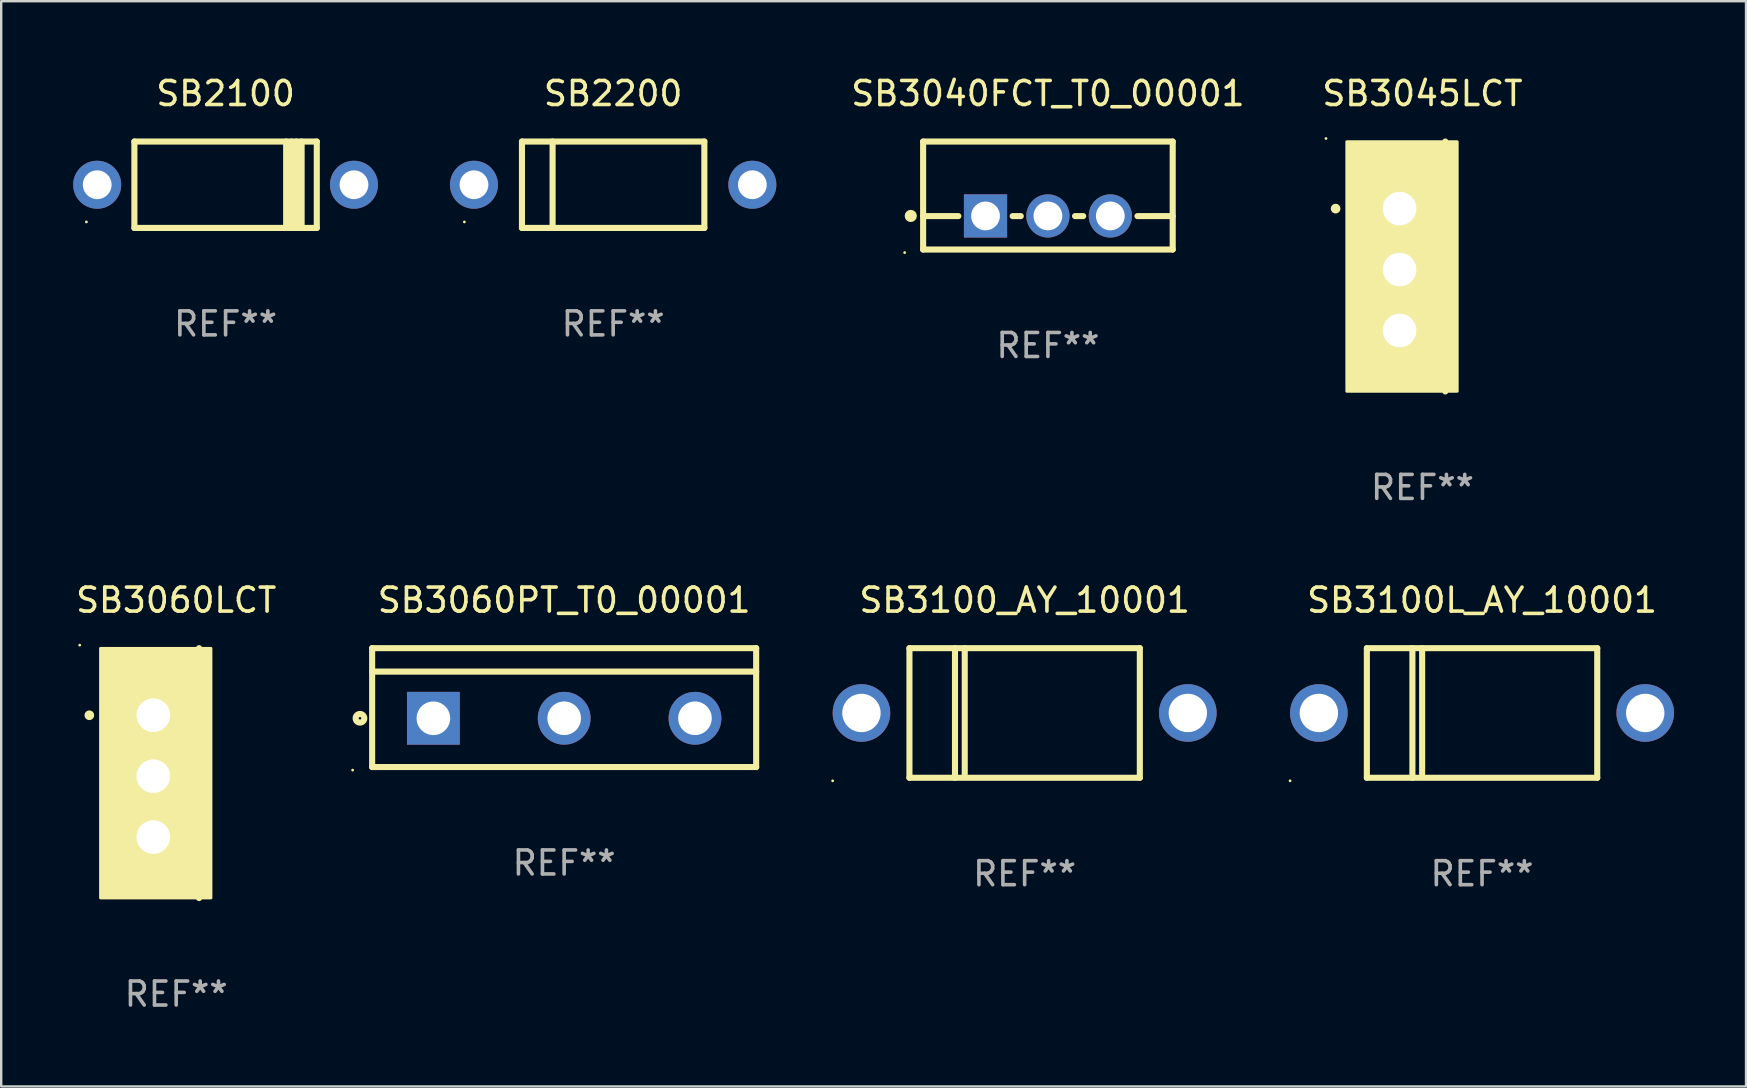
<source format=kicad_pcb>
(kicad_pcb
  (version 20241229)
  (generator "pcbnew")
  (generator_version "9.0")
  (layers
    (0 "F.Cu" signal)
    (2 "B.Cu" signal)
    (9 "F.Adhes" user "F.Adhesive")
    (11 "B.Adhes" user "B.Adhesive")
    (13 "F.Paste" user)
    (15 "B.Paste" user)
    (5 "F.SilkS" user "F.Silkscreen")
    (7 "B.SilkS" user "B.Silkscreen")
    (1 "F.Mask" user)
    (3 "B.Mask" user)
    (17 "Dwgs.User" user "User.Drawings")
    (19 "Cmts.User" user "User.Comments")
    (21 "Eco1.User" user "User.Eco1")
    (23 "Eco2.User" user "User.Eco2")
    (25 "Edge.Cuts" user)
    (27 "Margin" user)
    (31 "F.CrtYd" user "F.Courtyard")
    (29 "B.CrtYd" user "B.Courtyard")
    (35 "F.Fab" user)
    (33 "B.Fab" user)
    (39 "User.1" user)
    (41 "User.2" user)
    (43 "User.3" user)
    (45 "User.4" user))
  (footprint "SB3060PT_T0_00001"
    (layer "F.Cu")
    (at 20.458 26.435)
    (property "Reference" "SB3060PT_T0_00001" (at 0 -4.477 0) (layer "F.SilkS") (effects (font (size 1 1) (thickness 0.15))))
    (attr through_hole)
    (fp_line (start -8.001 -2.477) (end 8.001 -2.477) (stroke (width 0.254) (type solid)) (layer "F.SilkS"))
    (fp_line (start -8.001 2.477) (end -8.001 -2.477) (stroke (width 0.254) (type solid)) (layer "F.SilkS"))
    (fp_line (start -7.999 -1.5) (end 8.001 -1.5) (stroke (width 0.254) (type solid)) (layer "F.SilkS"))
    (fp_line (start 8.001 -2.477) (end 8.001 2.477) (stroke (width 0.254) (type solid)) (layer "F.SilkS"))
    (fp_line (start 8.001 2.477) (end -8.001 2.477) (stroke (width 0.254) (type solid)) (layer "F.SilkS"))
    (fp_circle (center -8.814 2.604) (end -8.784 2.604) (stroke (width 0.06) (type solid)) (fill no) (layer "F.SilkS"))
    (fp_circle (center -8.508 0.445) (end -8.328 0.445) (stroke (width 0.254) (type solid)) (fill no) (layer "F.SilkS"))
    (fp_text user "REF**" (at 0 6.477 0) (layer "F.Fab") (effects (font (size 1 1) (thickness 0.15))))
    (pad "1" thru_hole rect (at -5.449 0.445) (size 2.2 2.2) (drill 1.4) (layers "*.Cu" "*.Mask"))
    (pad "2" thru_hole circle (at 0.001 0.445) (size 2.2 2.2) (drill 1.4) (layers "*.Cu" "*.Mask"))
    (pad "3" thru_hole circle (at 5.451 0.445) (size 2.2 2.2) (drill 1.4) (layers "*.Cu" "*.Mask")))
  (footprint "SB2200"
    (layer "F.Cu")
    (at 22.5 4.648)
    (property "Reference" "SB2200" (at 0 -3.8 0) (layer "F.SilkS") (effects (font (size 1 1) (thickness 0.15))))
    (attr through_hole)
    (fp_line (start -3.8 -1.8) (end -3.8 1.8) (stroke (width 0.254) (type solid)) (layer "F.SilkS"))
    (fp_line (start -3.8 -1.8) (end 3.8 -1.8) (stroke (width 0.254) (type solid)) (layer "F.SilkS"))
    (fp_line (start -3.8 1.8) (end 3.8 1.8) (stroke (width 0.254) (type solid)) (layer "F.SilkS"))
    (fp_line (start -2.524 -1.8) (end -2.524 1.8) (stroke (width 0.254) (type solid)) (layer "F.SilkS"))
    (fp_line (start 3.8 -1.8) (end 3.8 1.8) (stroke (width 0.254) (type solid)) (layer "F.SilkS"))
    (fp_circle (center -6.2 1.55) (end -6.17 1.55) (stroke (width 0.06) (type solid)) (fill no) (layer "F.SilkS"))
    (fp_text user "REF**" (at 0 5.8 0) (layer "F.Fab") (effects (font (size 1 1) (thickness 0.15))))
    (pad "1" thru_hole circle (at -5.8 0) (size 2 2) (drill 1.2) (layers "*.Cu" "*.Mask"))
    (pad "2" thru_hole circle (at 5.8 0) (size 2 2) (drill 1.2) (layers "*.Cu" "*.Mask")))
  (footprint "SB3040FCT_T0_00001"
    (layer "F.Cu")
    (at 40.616 5.098)
    (property "Reference" "SB3040FCT_T0_00001" (at 0 -4.25 0) (layer "F.SilkS") (effects (font (size 1 1) (thickness 0.15))))
    (attr through_hole)
    (fp_line (start -5.2 -2.25) (end -5.2 2.25) (stroke (width 0.254) (type solid)) (layer "F.SilkS"))
    (fp_line (start -5.2 -2.25) (end 5.2 -2.25) (stroke (width 0.254) (type solid)) (layer "F.SilkS"))
    (fp_line (start -5.2 0.857) (end -3.731 0.857) (stroke (width 0.254) (type solid)) (layer "F.SilkS"))
    (fp_line (start -5.2 2.25) (end 5.2 2.25) (stroke (width 0.254) (type solid)) (layer "F.SilkS"))
    (fp_line (start -1.469 0.857) (end -1.131 0.857) (stroke (width 0.254) (type solid)) (layer "F.SilkS"))
    (fp_line (start 1.131 0.857) (end 1.469 0.857) (stroke (width 0.254) (type solid)) (layer "F.SilkS"))
    (fp_line (start 3.731 0.857) (end 5.2 0.857) (stroke (width 0.254) (type solid)) (layer "F.SilkS"))
    (fp_line (start 5.2 -2.25) (end 5.2 2.25) (stroke (width 0.254) (type solid)) (layer "F.SilkS"))
    (fp_circle (center -5.969 2.377) (end -5.939 2.377) (stroke (width 0.06) (type solid)) (fill no) (layer "F.SilkS"))
    (fp_circle (center -5.715 0.85) (end -5.588 0.85) (stroke (width 0.254) (type solid)) (fill no) (layer "F.SilkS"))
    (fp_text user "REF**" (at 0 6.25 0) (layer "F.Fab") (effects (font (size 1 1) (thickness 0.15))))
    (pad "1" thru_hole rect (at -2.6 0.85) (size 1.8 1.8) (drill 1.2) (layers "*.Cu" "*.Mask"))
    (pad "2" thru_hole circle (at 0 0.85) (size 1.8 1.8) (drill 1.2) (layers "*.Cu" "*.Mask"))
    (pad "3" thru_hole circle (at 2.6 0.85) (size 1.8 1.8) (drill 1.2) (layers "*.Cu" "*.Mask")))
  (footprint "SB3060LCT"
    (layer "F.Cu")
    (at 4.292 29.166)
    (property "Reference" "SB3060LCT" (at 0 -7.207 0) (layer "F.SilkS") (effects (font (size 1 1) (thickness 0.15))))
    (attr through_hole)
    (fp_line (start 0.953 5.207) (end 0.953 -5.207) (stroke (width 0.254) (type solid)) (layer "F.SilkS"))
    (fp_arc (start -3.619507 -2.410465) (mid -3.619511 -2.411735) (end -3.619507 -2.413005) (stroke (width 0.4) (type solid)) (layer "F.SilkS"))
    (fp_circle (center -4.02 -5.334) (end -3.99 -5.334) (stroke (width 0.06) (type solid)) (fill no) (layer "F.SilkS"))
    (fp_poly (pts (xy -3.152 -5.2) (xy 1.448 -5.2) (xy 1.448 5.2) (xy -3.152 5.2)) (stroke (width 0.12) (type solid)) (fill yes) (layer "F.SilkS"))
    (fp_text user "REF**" (at 0 9.207 0) (layer "F.Fab") (effects (font (size 1 1) (thickness 0.15))))
    (pad "1" thru_hole rect (at -0.953 -2.413 270) (size 2 2.5) (drill 1.4) (layers "*.Cu" "*.Mask"))
    (pad "2" thru_hole oval (at -0.953 0.127 270) (size 2 2.5) (drill 1.4) (layers "*.Cu" "*.Mask"))
    (pad "3" thru_hole oval (at -0.953 2.667 270) (size 2 2.5) (drill 1.4) (layers "*.Cu" "*.Mask")))
  (footprint "SB3045LCT"
    (layer "F.Cu")
    (at 56.223 8.055)
    (property "Reference" "SB3045LCT" (at 0 -7.207 0) (layer "F.SilkS") (effects (font (size 1 1) (thickness 0.15))))
    (attr through_hole)
    (fp_line (start 0.953 5.207) (end 0.953 -5.207) (stroke (width 0.254) (type solid)) (layer "F.SilkS"))
    (fp_arc (start -3.619507 -2.410465) (mid -3.619511 -2.411735) (end -3.619507 -2.413005) (stroke (width 0.4) (type solid)) (layer "F.SilkS"))
    (fp_circle (center -4.02 -5.334) (end -3.99 -5.334) (stroke (width 0.06) (type solid)) (fill no) (layer "F.SilkS"))
    (fp_poly (pts (xy -3.152 -5.2) (xy 1.448 -5.2) (xy 1.448 5.2) (xy -3.152 5.2)) (stroke (width 0.12) (type solid)) (fill yes) (layer "F.SilkS"))
    (fp_text user "REF**" (at 0 9.207 0) (layer "F.Fab") (effects (font (size 1 1) (thickness 0.15))))
    (pad "1" thru_hole rect (at -0.953 -2.413 270) (size 2 2.5) (drill 1.4) (layers "*.Cu" "*.Mask"))
    (pad "2" thru_hole oval (at -0.953 0.127 270) (size 2 2.5) (drill 1.4) (layers "*.Cu" "*.Mask"))
    (pad "3" thru_hole oval (at -0.953 2.667 270) (size 2 2.5) (drill 1.4) (layers "*.Cu" "*.Mask")))
  (footprint "SB3100L_AY_10001"
    (layer "F.Cu")
    (at 58.706 26.659)
    (property "Reference" "SB3100L_AY_10001" (at 0 -4.7 0) (layer "F.SilkS") (effects (font (size 1 1) (thickness 0.15))))
    (attr through_hole)
    (fp_line (start -4.8 -2.7) (end -4.8 2.7) (stroke (width 0.254) (type solid)) (layer "F.SilkS"))
    (fp_line (start -4.8 -2.7) (end 4.8 -2.7) (stroke (width 0.254) (type solid)) (layer "F.SilkS"))
    (fp_line (start -2.902 -2.7) (end -2.902 2.7) (stroke (width 0.254) (type solid)) (layer "F.SilkS"))
    (fp_line (start -2.496 -2.7) (end -2.496 2.54) (stroke (width 0.254) (type solid)) (layer "F.SilkS"))
    (fp_line (start 4.8 -2.7) (end 4.8 2.7) (stroke (width 0.254) (type solid)) (layer "F.SilkS"))
    (fp_line (start 4.8 2.7) (end -4.8 2.7) (stroke (width 0.254) (type solid)) (layer "F.SilkS"))
    (fp_circle (center -8 2.827) (end -7.97 2.827) (stroke (width 0.06) (type solid)) (fill no) (layer "F.SilkS"))
    (fp_text user "REF**" (at 0 6.7 0) (layer "F.Fab") (effects (font (size 1 1) (thickness 0.15))))
    (pad "1" thru_hole circle (at -6.8 0) (size 2.4 2.4) (drill 1.6) (layers "*.Cu" "*.Mask"))
    (pad "2" thru_hole circle (at 6.8 0) (size 2.4 2.4) (drill 1.6) (layers "*.Cu" "*.Mask")))
  (footprint "SB3100_AY_10001"
    (layer "F.Cu")
    (at 39.646 26.659)
    (property "Reference" "SB3100_AY_10001" (at 0 -4.7 0) (layer "F.SilkS") (effects (font (size 1 1) (thickness 0.15))))
    (attr through_hole)
    (fp_line (start -4.8 -2.7) (end -4.8 2.7) (stroke (width 0.254) (type solid)) (layer "F.SilkS"))
    (fp_line (start -4.8 -2.7) (end 4.8 -2.7) (stroke (width 0.254) (type solid)) (layer "F.SilkS"))
    (fp_line (start -2.902 -2.7) (end -2.902 2.7) (stroke (width 0.254) (type solid)) (layer "F.SilkS"))
    (fp_line (start -2.496 -2.7) (end -2.496 2.54) (stroke (width 0.254) (type solid)) (layer "F.SilkS"))
    (fp_line (start 4.8 -2.7) (end 4.8 2.7) (stroke (width 0.254) (type solid)) (layer "F.SilkS"))
    (fp_line (start 4.8 2.7) (end -4.8 2.7) (stroke (width 0.254) (type solid)) (layer "F.SilkS"))
    (fp_circle (center -8 2.827) (end -7.97 2.827) (stroke (width 0.06) (type solid)) (fill no) (layer "F.SilkS"))
    (fp_text user "REF**" (at 0 6.7 0) (layer "F.Fab") (effects (font (size 1 1) (thickness 0.15))))
    (pad "1" thru_hole circle (at -6.8 0) (size 2.4 2.4) (drill 1.6) (layers "*.Cu" "*.Mask"))
    (pad "2" thru_hole circle (at 6.8 0) (size 2.4 2.4) (drill 1.6) (layers "*.Cu" "*.Mask")))
  (footprint "SB2100"
    (layer "F.Cu")
    (at 6.35 4.648)
    (property "Reference" "SB2100" (at 0 -3.8 0) (layer "F.SilkS") (effects (font (size 1 1) (thickness 0.15))))
    (attr through_hole)
    (fp_line (start -3.8 1.8) (end -3.8 -1.8) (stroke (width 0.254) (type solid)) (layer "F.SilkS"))
    (fp_line (start 2.524 1.8) (end 2.524 -1.8) (stroke (width 0.254) (type solid)) (layer "F.SilkS"))
    (fp_line (start 2.75 1.8) (end 2.75 -1.8) (stroke (width 0.254) (type solid)) (layer "F.SilkS"))
    (fp_line (start 2.95 -1.8) (end 2.95 1.8) (stroke (width 0.254) (type solid)) (layer "F.SilkS"))
    (fp_line (start 3.168 -1.8) (end 3.168 1.8) (stroke (width 0.254) (type solid)) (layer "F.SilkS"))
    (fp_line (start 3.8 1.8) (end -3.8 1.8) (stroke (width 0.254) (type solid)) (layer "F.SilkS"))
    (fp_line (start 3.8 1.8) (end 3.8 -1.8) (stroke (width 0.254) (type solid)) (layer "F.SilkS"))
    (fp_line (start 3.8 -1.8) (end -3.8 -1.8) (stroke (width 0.254) (type solid)) (layer "F.SilkS"))
    (fp_circle (center -5.8 1.55) (end -5.77 1.55) (stroke (width 0.06) (type solid)) (fill no) (layer "F.SilkS"))
    (fp_text user "REF**" (at 0 5.8 0) (layer "F.Fab") (effects (font (size 1 1) (thickness 0.15))))
    (pad "1" thru_hole circle (at -5.35 0) (size 2 2) (drill 1.2) (layers "*.Cu" "*.Mask"))
    (pad "2" thru_hole circle (at 5.35 0) (size 2 2) (drill 1.2) (layers "*.Cu" "*.Mask")))
  (gr_rect
    (start -3 -3)
    (end 69.706 42.221)
    (stroke (width 0.1) (type default))
    (fill no)
    (layer "Edge.Cuts")))
</source>
